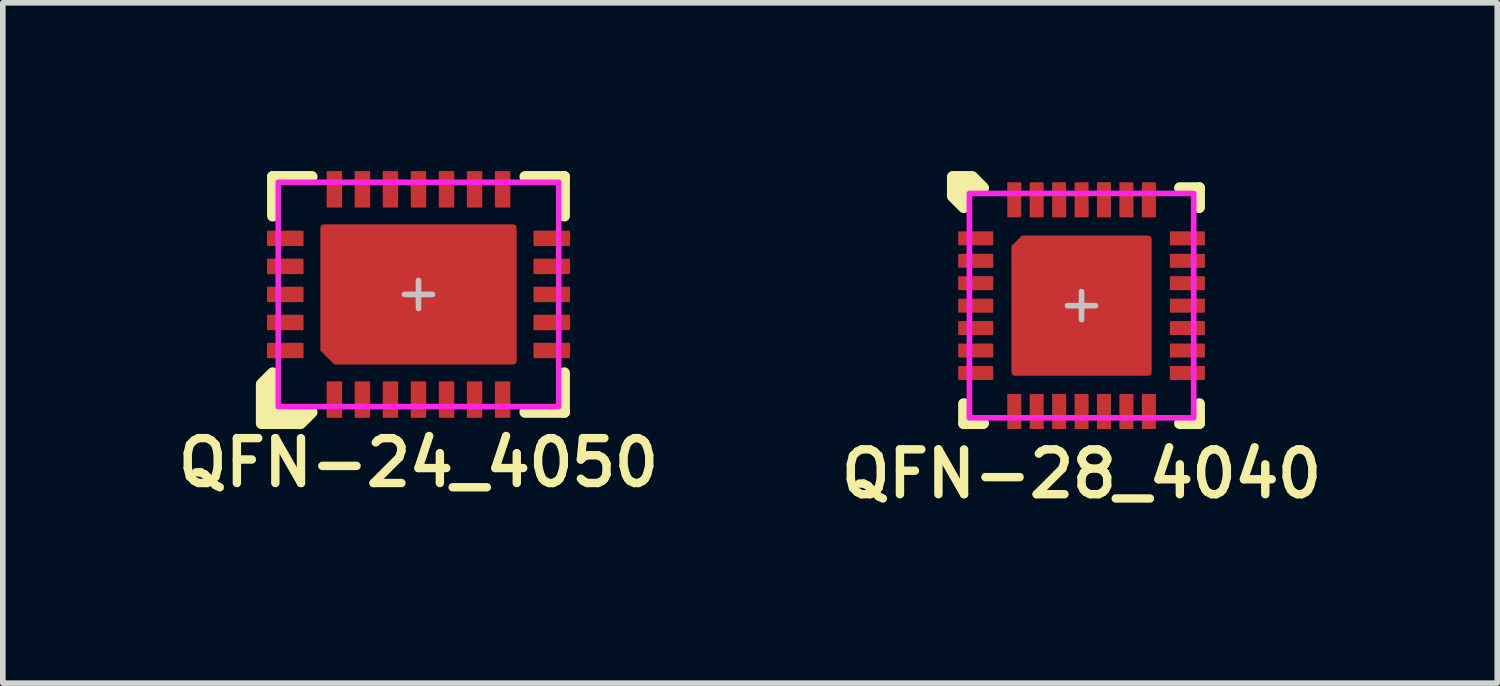
<source format=kicad_pcb>
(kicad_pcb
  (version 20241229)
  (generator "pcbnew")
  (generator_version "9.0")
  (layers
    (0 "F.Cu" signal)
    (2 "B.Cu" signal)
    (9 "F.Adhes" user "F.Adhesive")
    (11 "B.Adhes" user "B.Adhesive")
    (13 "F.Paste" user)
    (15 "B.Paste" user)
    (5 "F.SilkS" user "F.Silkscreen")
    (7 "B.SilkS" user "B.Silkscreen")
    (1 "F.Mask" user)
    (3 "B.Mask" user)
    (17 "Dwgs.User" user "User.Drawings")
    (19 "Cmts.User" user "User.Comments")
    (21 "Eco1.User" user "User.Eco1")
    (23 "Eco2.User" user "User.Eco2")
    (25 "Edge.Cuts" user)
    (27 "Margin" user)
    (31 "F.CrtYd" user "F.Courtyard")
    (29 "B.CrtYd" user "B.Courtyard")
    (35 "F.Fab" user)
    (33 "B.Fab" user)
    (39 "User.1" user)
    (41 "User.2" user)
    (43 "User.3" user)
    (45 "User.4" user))
  (footprint "QFN-28_4040"
    (layer "F.Cu")
    (at 16.235 2.4)
    (property "Reference" "QFN-28_4040" (at 0 3 0) (unlocked yes) (layer "F.SilkS") (effects (font (size 0.8 0.8) (thickness 0.15))))
    (attr smd)
    (fp_line (start -2.1 1.75) (end -2.1 2.1) (stroke (width 0.2) (type solid)) (layer "F.SilkS"))
    (fp_line (start -2.1 2.1) (end -1.75 2.1) (stroke (width 0.2) (type solid)) (layer "F.SilkS"))
    (fp_line (start 1.75 2.1) (end 2.1 2.1) (stroke (width 0.2) (type solid)) (layer "F.SilkS"))
    (fp_line (start 2.1 -2.1) (end 1.75 -2.1) (stroke (width 0.2) (type solid)) (layer "F.SilkS"))
    (fp_line (start 2.1 -1.75) (end 2.1 -2.1) (stroke (width 0.2) (type solid)) (layer "F.SilkS"))
    (fp_line (start 2.1 2.1) (end 2.1 1.75) (stroke (width 0.2) (type solid)) (layer "F.SilkS"))
    (fp_poly (pts (xy -2.1 -2.1) (xy -2.1 -1.75) (xy -2.3 -1.95) (xy -2.3 -2.3) (xy -1.95 -2.3) (xy -1.75 -2.1)) (stroke (width 0.2) (type solid)) (fill yes) (layer "F.SilkS"))
    (fp_rect (start -0.15 0.15) (end -1.1 1.1) (stroke (width 0) (type solid)) (fill yes) (layer "F.Paste"))
    (fp_rect (start 1.1 -1.1) (end 0.15 -0.15) (stroke (width 0) (type solid)) (fill yes) (layer "F.Paste"))
    (fp_rect (start 1.1 0.15) (end 0.15 1.1) (stroke (width 0) (type solid)) (fill yes) (layer "F.Paste"))
    (fp_poly (pts (xy -1.1 -0.15) (xy -1.1 -1) (xy -1 -1.1) (xy -0.15 -1.1) (xy -0.15 -0.15)) (stroke (width 0) (type solid)) (fill yes) (layer "F.Paste"))
    (fp_line (start -0.25 0) (end 0.25 0) (stroke (width 0.1) (type solid)) (layer "Dwgs.User"))
    (fp_line (start 0 -0.25) (end 0 0.25) (stroke (width 0.1) (type solid)) (layer "Dwgs.User"))
    (fp_rect (start 2 -2) (end -2 2) (stroke (width 0.1) (type solid)) (fill no) (layer "F.CrtYd"))
    (pad "1" smd roundrect (at -1.887 -1.2) (size 0.625 0.25) (layers "F.Cu" "F.Mask" "F.Paste") (roundrect_rratio 0.05))
    (pad "2" smd roundrect (at -1.887 -0.8) (size 0.625 0.25) (layers "F.Cu" "F.Mask" "F.Paste") (roundrect_rratio 0.05))
    (pad "3" smd roundrect (at -1.887 -0.4) (size 0.625 0.25) (layers "F.Cu" "F.Mask" "F.Paste") (roundrect_rratio 0.05))
    (pad "4" smd roundrect (at -1.887 0) (size 0.625 0.25) (layers "F.Cu" "F.Mask" "F.Paste") (roundrect_rratio 0.05))
    (pad "5" smd roundrect (at -1.887 0.4) (size 0.625 0.25) (layers "F.Cu" "F.Mask" "F.Paste") (roundrect_rratio 0.05))
    (pad "6" smd roundrect (at -1.887 0.8) (size 0.625 0.25) (layers "F.Cu" "F.Mask" "F.Paste") (roundrect_rratio 0.05))
    (pad "7" smd roundrect (at -1.887 1.2) (size 0.625 0.25) (layers "F.Cu" "F.Mask" "F.Paste") (roundrect_rratio 0.05))
    (pad "8" smd roundrect (at -1.2 1.887 90) (size 0.625 0.25) (layers "F.Cu" "F.Mask" "F.Paste") (roundrect_rratio 0.05))
    (pad "9" smd roundrect (at -0.8 1.887 90) (size 0.625 0.25) (layers "F.Cu" "F.Mask" "F.Paste") (roundrect_rratio 0.05))
    (pad "10" smd roundrect (at -0.4 1.887 90) (size 0.625 0.25) (layers "F.Cu" "F.Mask" "F.Paste") (roundrect_rratio 0.05))
    (pad "11" smd roundrect (at 0 1.887 90) (size 0.625 0.25) (layers "F.Cu" "F.Mask" "F.Paste") (roundrect_rratio 0.05))
    (pad "12" smd roundrect (at 0.4 1.887 90) (size 0.625 0.25) (layers "F.Cu" "F.Mask" "F.Paste") (roundrect_rratio 0.05))
    (pad "13" smd roundrect (at 0.8 1.887 90) (size 0.625 0.25) (layers "F.Cu" "F.Mask" "F.Paste") (roundrect_rratio 0.05))
    (pad "14" smd roundrect (at 1.2 1.887 90) (size 0.625 0.25) (layers "F.Cu" "F.Mask" "F.Paste") (roundrect_rratio 0.05))
    (pad "15" smd roundrect (at 1.887 1.2 180) (size 0.625 0.25) (layers "F.Cu" "F.Mask" "F.Paste") (roundrect_rratio 0.05))
    (pad "16" smd roundrect (at 1.887 0.8 180) (size 0.625 0.25) (layers "F.Cu" "F.Mask" "F.Paste") (roundrect_rratio 0.05))
    (pad "17" smd roundrect (at 1.887 0.4 180) (size 0.625 0.25) (layers "F.Cu" "F.Mask" "F.Paste") (roundrect_rratio 0.05))
    (pad "18" smd roundrect (at 1.887 0 180) (size 0.625 0.25) (layers "F.Cu" "F.Mask" "F.Paste") (roundrect_rratio 0.05))
    (pad "19" smd roundrect (at 1.887 -0.4 180) (size 0.625 0.25) (layers "F.Cu" "F.Mask" "F.Paste") (roundrect_rratio 0.05))
    (pad "20" smd roundrect (at 1.887 -0.8 180) (size 0.625 0.25) (layers "F.Cu" "F.Mask" "F.Paste") (roundrect_rratio 0.05))
    (pad "21" smd roundrect (at 1.887 -1.2 180) (size 0.625 0.25) (layers "F.Cu" "F.Mask" "F.Paste") (roundrect_rratio 0.05))
    (pad "22" smd roundrect (at 1.2 -1.887 270) (size 0.625 0.25) (layers "F.Cu" "F.Mask" "F.Paste") (roundrect_rratio 0.05))
    (pad "23" smd roundrect (at 0.8 -1.887 270) (size 0.625 0.25) (layers "F.Cu" "F.Mask" "F.Paste") (roundrect_rratio 0.05))
    (pad "24" smd roundrect (at 0.4 -1.887 270) (size 0.625 0.25) (layers "F.Cu" "F.Mask" "F.Paste") (roundrect_rratio 0.05))
    (pad "25" smd roundrect (at 0 -1.887 270) (size 0.625 0.25) (layers "F.Cu" "F.Mask" "F.Paste") (roundrect_rratio 0.05))
    (pad "26" smd roundrect (at -0.4 -1.887 270) (size 0.625 0.25) (layers "F.Cu" "F.Mask" "F.Paste") (roundrect_rratio 0.05))
    (pad "27" smd roundrect (at -0.8 -1.887 270) (size 0.625 0.25) (layers "F.Cu" "F.Mask" "F.Paste") (roundrect_rratio 0.05))
    (pad "28" smd roundrect (at -1.2 -1.887 270) (size 0.625 0.25) (layers "F.Cu" "F.Mask" "F.Paste") (roundrect_rratio 0.05))
    (pad "EP" smd roundrect (at 0 0 270) (size 2.5 2.5) (layers "F.Cu" "F.Mask") (roundrect_rratio 0.025) (chamfer_ratio 0.075) (chamfer bottom_left)))
  (footprint "QFN-24_4050"
    (layer "F.Cu")
    (at 4.412 2.2)
    (property "Reference" "QFN-24_4050" (at 0 3 0) (unlocked yes) (layer "F.SilkS") (effects (font (size 0.8 0.8) (thickness 0.15))))
    (attr smd)
    (fp_line (start -2.6 -2.1) (end -2.6 -1.4) (stroke (width 0.2) (type solid)) (layer "F.SilkS"))
    (fp_line (start -1.9 -2.1) (end -2.6 -2.1) (stroke (width 0.2) (type solid)) (layer "F.SilkS"))
    (fp_line (start 1.9 2.1) (end 2.6 2.1) (stroke (width 0.2) (type solid)) (layer "F.SilkS"))
    (fp_line (start 2.6 -2.1) (end 1.9 -2.1) (stroke (width 0.2) (type solid)) (layer "F.SilkS"))
    (fp_line (start 2.6 -1.4) (end 2.6 -2.1) (stroke (width 0.2) (type solid)) (layer "F.SilkS"))
    (fp_line (start 2.6 2.1) (end 2.6 1.4) (stroke (width 0.2) (type solid)) (layer "F.SilkS"))
    (fp_poly (pts (xy -2.6 2.1) (xy -1.9 2.1) (xy -2.1 2.3) (xy -2.8 2.3) (xy -2.8 1.6) (xy -2.6 1.4)) (stroke (width 0.2) (type solid)) (fill yes) (layer "F.SilkS"))
    (fp_rect (start -1.6 -1.1) (end -0.75 -0.15) (stroke (width 0) (type solid)) (fill yes) (layer "F.Paste"))
    (fp_rect (start -0.45 -1.1) (end 0.45 -0.15) (stroke (width 0) (type solid)) (fill yes) (layer "F.Paste"))
    (fp_rect (start -0.45 0.15) (end 0.45 1.1) (stroke (width 0) (type solid)) (fill yes) (layer "F.Paste"))
    (fp_rect (start 0.75 -1.1) (end 1.6 -0.15) (stroke (width 0) (type solid)) (fill yes) (layer "F.Paste"))
    (fp_rect (start 0.75 0.15) (end 1.6 1.1) (stroke (width 0) (type solid)) (fill yes) (layer "F.Paste"))
    (fp_poly (pts (xy -0.75 1.1) (xy -1.4 1.1) (xy -1.6 0.9) (xy -1.6 0.15) (xy -0.75 0.15)) (stroke (width 0) (type solid)) (fill yes) (layer "F.Paste"))
    (fp_line (start -0.25 0) (end 0.25 0) (stroke (width 0.1) (type solid)) (layer "Dwgs.User"))
    (fp_line (start 0 0.25) (end 0 -0.25) (stroke (width 0.1) (type solid)) (layer "Dwgs.User"))
    (fp_rect (start -2.5 -2) (end 2.5 2) (stroke (width 0.1) (type solid)) (fill no) (layer "F.CrtYd"))
    (pad "1" smd roundrect (at -1.5 1.875 90) (size 0.65 0.275) (layers "F.Cu" "F.Mask" "F.Paste") (roundrect_rratio 0.05))
    (pad "2" smd roundrect (at -1 1.875 90) (size 0.65 0.275) (layers "F.Cu" "F.Mask" "F.Paste") (roundrect_rratio 0.05))
    (pad "3" smd roundrect (at -0.5 1.875 90) (size 0.65 0.275) (layers "F.Cu" "F.Mask" "F.Paste") (roundrect_rratio 0.05))
    (pad "4" smd roundrect (at 0 1.875 90) (size 0.65 0.275) (layers "F.Cu" "F.Mask" "F.Paste") (roundrect_rratio 0.05))
    (pad "5" smd roundrect (at 0.5 1.875 90) (size 0.65 0.275) (layers "F.Cu" "F.Mask" "F.Paste") (roundrect_rratio 0.05))
    (pad "6" smd roundrect (at 1 1.875 90) (size 0.65 0.275) (layers "F.Cu" "F.Mask" "F.Paste") (roundrect_rratio 0.05))
    (pad "7" smd roundrect (at 1.5 1.875 90) (size 0.65 0.275) (layers "F.Cu" "F.Mask" "F.Paste") (roundrect_rratio 0.05))
    (pad "8" smd roundrect (at 2.375 1) (size 0.65 0.275) (layers "F.Cu" "F.Mask" "F.Paste") (roundrect_rratio 0.05))
    (pad "9" smd roundrect (at 2.375 0.5) (size 0.65 0.275) (layers "F.Cu" "F.Mask" "F.Paste") (roundrect_rratio 0.05))
    (pad "10" smd roundrect (at 2.375 0) (size 0.65 0.275) (layers "F.Cu" "F.Mask" "F.Paste") (roundrect_rratio 0.05))
    (pad "11" smd roundrect (at 2.375 -0.5) (size 0.65 0.275) (layers "F.Cu" "F.Mask" "F.Paste") (roundrect_rratio 0.05))
    (pad "12" smd roundrect (at 2.375 -1) (size 0.65 0.275) (layers "F.Cu" "F.Mask" "F.Paste") (roundrect_rratio 0.05))
    (pad "13" smd roundrect (at 1.5 -1.875 90) (size 0.65 0.275) (layers "F.Cu" "F.Mask" "F.Paste") (roundrect_rratio 0.05))
    (pad "14" smd roundrect (at 1 -1.875 90) (size 0.65 0.275) (layers "F.Cu" "F.Mask" "F.Paste") (roundrect_rratio 0.05))
    (pad "15" smd roundrect (at 0.5 -1.875 90) (size 0.65 0.275) (layers "F.Cu" "F.Mask" "F.Paste") (roundrect_rratio 0.05))
    (pad "16" smd roundrect (at 0 -1.875 90) (size 0.65 0.275) (layers "F.Cu" "F.Mask" "F.Paste") (roundrect_rratio 0.05))
    (pad "17" smd roundrect (at -0.5 -1.875 90) (size 0.65 0.275) (layers "F.Cu" "F.Mask" "F.Paste") (roundrect_rratio 0.05))
    (pad "18" smd roundrect (at -1 -1.875 90) (size 0.65 0.275) (layers "F.Cu" "F.Mask" "F.Paste") (roundrect_rratio 0.05))
    (pad "19" smd roundrect (at -1.5 -1.875 90) (size 0.65 0.275) (layers "F.Cu" "F.Mask" "F.Paste") (roundrect_rratio 0.05))
    (pad "20" smd roundrect (at -2.375 -1) (size 0.65 0.275) (layers "F.Cu" "F.Mask" "F.Paste") (roundrect_rratio 0.05))
    (pad "21" smd roundrect (at -2.375 -0.5) (size 0.65 0.275) (layers "F.Cu" "F.Mask" "F.Paste") (roundrect_rratio 0.05))
    (pad "22" smd roundrect (at -2.375 0) (size 0.65 0.275) (layers "F.Cu" "F.Mask" "F.Paste") (roundrect_rratio 0.05))
    (pad "23" smd roundrect (at -2.375 0.5) (size 0.65 0.275) (layers "F.Cu" "F.Mask" "F.Paste") (roundrect_rratio 0.05))
    (pad "24" smd roundrect (at -2.375 1) (size 0.65 0.275) (layers "F.Cu" "F.Mask" "F.Paste") (roundrect_rratio 0.05))
    (pad "EP" smd roundrect (at 0 0) (size 3.5 2.5) (layers "F.Cu" "F.Mask") (roundrect_rratio 0.025) (chamfer_ratio 0.1) (chamfer bottom_left)))
  (gr_rect
    (start -3 -3)
    (end 23.647 9.131)
    (stroke (width 0.1) (type default))
    (fill no)
    (layer "Edge.Cuts")))
</source>
